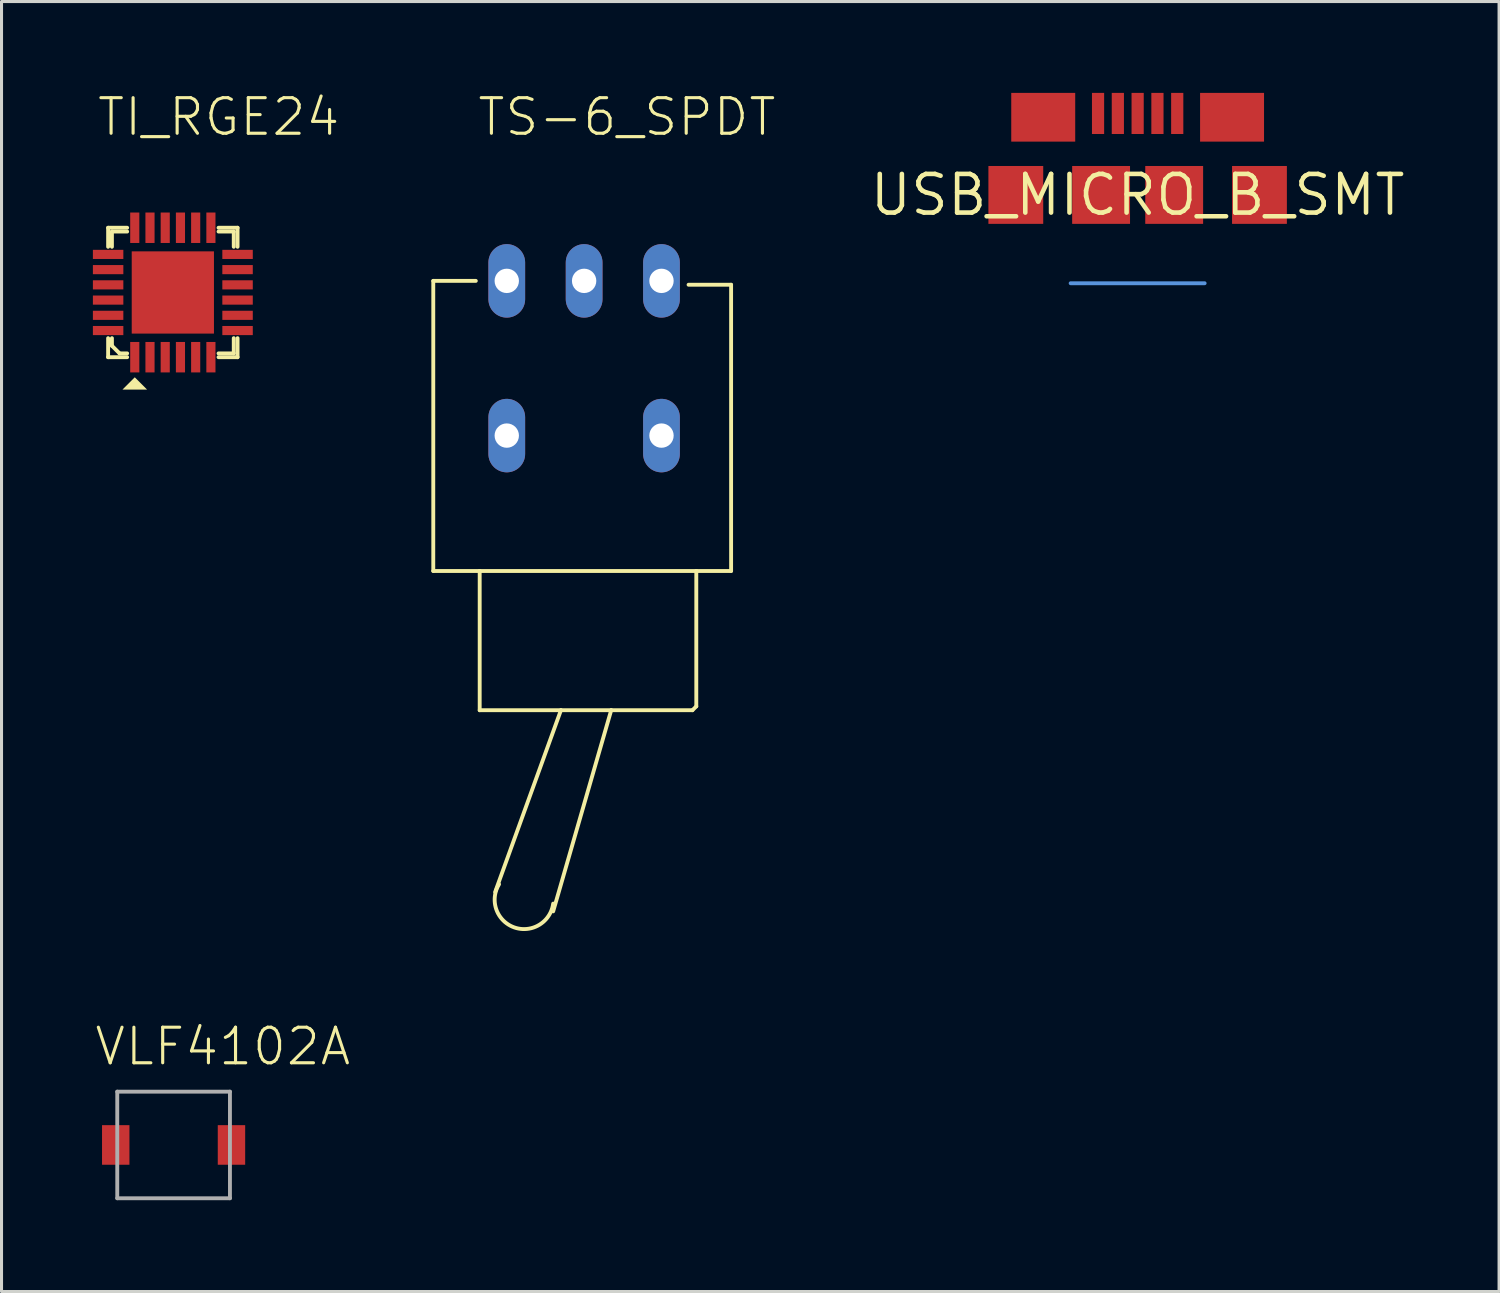
<source format=kicad_pcb>
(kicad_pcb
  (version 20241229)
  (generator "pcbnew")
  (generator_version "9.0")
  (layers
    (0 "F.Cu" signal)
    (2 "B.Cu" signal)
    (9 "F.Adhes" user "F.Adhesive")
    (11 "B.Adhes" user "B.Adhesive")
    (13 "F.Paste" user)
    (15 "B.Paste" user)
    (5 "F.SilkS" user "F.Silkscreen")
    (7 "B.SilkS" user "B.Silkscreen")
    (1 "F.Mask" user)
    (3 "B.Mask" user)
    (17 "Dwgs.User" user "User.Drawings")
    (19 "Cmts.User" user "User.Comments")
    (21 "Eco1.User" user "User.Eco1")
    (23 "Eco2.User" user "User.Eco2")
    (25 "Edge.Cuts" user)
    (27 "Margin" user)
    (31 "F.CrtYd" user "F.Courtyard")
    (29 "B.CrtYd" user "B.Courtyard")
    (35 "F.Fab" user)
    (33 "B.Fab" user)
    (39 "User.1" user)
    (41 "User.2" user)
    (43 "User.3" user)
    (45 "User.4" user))
  (footprint "USB_MICRO_B_SMT"
    (layer "F.Cu")
    (at 34.303 3.35)
    (property "Reference" "USB_MICRO_B_SMT" (at 0 0 0) (layer "F.SilkS") (effects (font (size 1.27 1.27) (thickness 0.15))))
    (fp_line (start 2.2 2.9) (end -2.2 2.9) (stroke (width 0.127) (type solid)) (layer "Cmts.User"))
    (pad "1" smd rect (at -1.3 -2.675) (size 0.4 1.35) (layers "F.Cu" "F.Mask" "F.Paste"))
    (pad "2" smd rect (at -0.65 -2.675) (size 0.4 1.35) (layers "F.Cu" "F.Mask" "F.Paste"))
    (pad "3" smd rect (at 0 -2.675) (size 0.4 1.35) (layers "F.Cu" "F.Mask" "F.Paste"))
    (pad "4" smd rect (at 0.65 -2.675) (size 0.4 1.35) (layers "F.Cu" "F.Mask" "F.Paste"))
    (pad "5" smd rect (at 1.3 -2.675) (size 0.4 1.35) (layers "F.Cu" "F.Mask" "F.Paste"))
    (pad "P$1" smd rect (at -3.1 -2.55 90) (size 1.6 2.1) (layers "F.Cu" "F.Mask" "F.Paste"))
    (pad "P$2" smd rect (at 3.1 -2.55 90) (size 1.6 2.1) (layers "F.Cu" "F.Mask" "F.Paste"))
    (pad "P$8" smd rect (at -4 0 90) (size 1.9 1.8) (layers "F.Cu" "F.Mask" "F.Paste"))
    (pad "P$9" smd rect (at 4 0 90) (size 1.9 1.8) (layers "F.Cu" "F.Mask" "F.Paste"))
    (pad "P$10" smd rect (at -1.2 0 90) (size 1.9 1.9) (layers "F.Cu" "F.Mask" "F.Paste"))
    (pad "P$11" smd rect (at 1.2 0 90) (size 1.9 1.9) (layers "F.Cu" "F.Mask" "F.Paste")))
  (footprint "TI_RGE24"
    (layer "F.Cu")
    (at 2.625 6.553)
    (property "Reference" "TI_RGE24" (at -2.54 -5.08 0) (unlocked yes) (layer "F.SilkS") (effects (font (size 1.168 1.168) (thickness 0.102)) (justify left bottom)))
    (fp_line (start -2.125 -2.125) (end -2.125 -1.5) (stroke (width 0.127) (type solid)) (layer "F.SilkS"))
    (fp_line (start -2.125 1.5) (end -2.125 2.125) (stroke (width 0.127) (type solid)) (layer "F.SilkS"))
    (fp_line (start -2.125 2.125) (end -1.5 2.125) (stroke (width 0.127) (type solid)) (layer "F.SilkS"))
    (fp_line (start -2 -2) (end -1.5 -2) (stroke (width 0.127) (type solid)) (layer "F.SilkS"))
    (fp_line (start -2 -1.5) (end -2 -2) (stroke (width 0.127) (type solid)) (layer "F.SilkS"))
    (fp_line (start -2 1.5) (end -2 1.75) (stroke (width 0.127) (type solid)) (layer "F.SilkS"))
    (fp_line (start -2 1.75) (end -1.75 2) (stroke (width 0.127) (type solid)) (layer "F.SilkS"))
    (fp_line (start -1.75 2) (end -1.5 2) (stroke (width 0.127) (type solid)) (layer "F.SilkS"))
    (fp_line (start -1.5 -2.125) (end -2.125 -2.125) (stroke (width 0.127) (type solid)) (layer "F.SilkS"))
    (fp_line (start 1.5 -2.125) (end 2.125 -2.125) (stroke (width 0.127) (type solid)) (layer "F.SilkS"))
    (fp_line (start 1.5 -2) (end 2 -2) (stroke (width 0.127) (type solid)) (layer "F.SilkS"))
    (fp_line (start 1.5 2) (end 2 2) (stroke (width 0.127) (type solid)) (layer "F.SilkS"))
    (fp_line (start 1.5 2.125) (end 2.125 2.125) (stroke (width 0.127) (type solid)) (layer "F.SilkS"))
    (fp_line (start 2 -2) (end 2 -1.5) (stroke (width 0.127) (type solid)) (layer "F.SilkS"))
    (fp_line (start 2 2) (end 2 1.5) (stroke (width 0.127) (type solid)) (layer "F.SilkS"))
    (fp_line (start 2.125 -2.125) (end 2.125 -1.5) (stroke (width 0.127) (type solid)) (layer "F.SilkS"))
    (fp_line (start 2.125 2.125) (end 2.125 1.5) (stroke (width 0.127) (type solid)) (layer "F.SilkS"))
    (fp_poly (pts (xy -0.847 3.188) (xy -1.653 3.188) (xy -1.25 2.785)) (stroke (width 0) (type default)) (fill yes) (layer "F.SilkS"))
    (pad "1" smd rect (at -1.25 2.125 90) (size 1 0.3) (layers "F.Cu" "F.Mask" "F.Paste"))
    (pad "2" smd rect (at -0.75 2.125 90) (size 1 0.3) (layers "F.Cu" "F.Mask" "F.Paste"))
    (pad "3" smd rect (at -0.25 2.125 90) (size 1 0.3) (layers "F.Cu" "F.Mask" "F.Paste"))
    (pad "4" smd rect (at 0.25 2.125 90) (size 1 0.3) (layers "F.Cu" "F.Mask" "F.Paste"))
    (pad "5" smd rect (at 0.75 2.125 90) (size 1 0.3) (layers "F.Cu" "F.Mask" "F.Paste"))
    (pad "6" smd rect (at 1.25 2.125 90) (size 1 0.3) (layers "F.Cu" "F.Mask" "F.Paste"))
    (pad "7" smd rect (at 2.125 1.25 180) (size 1 0.3) (layers "F.Cu" "F.Mask" "F.Paste"))
    (pad "8" smd rect (at 2.125 0.75 180) (size 1 0.3) (layers "F.Cu" "F.Mask" "F.Paste"))
    (pad "9" smd rect (at 2.125 0.25 180) (size 1 0.3) (layers "F.Cu" "F.Mask" "F.Paste"))
    (pad "10" smd rect (at 2.125 -0.25 180) (size 1 0.3) (layers "F.Cu" "F.Mask" "F.Paste"))
    (pad "11" smd rect (at 2.125 -0.75 180) (size 1 0.3) (layers "F.Cu" "F.Mask" "F.Paste"))
    (pad "12" smd rect (at 2.125 -1.25 180) (size 1 0.3) (layers "F.Cu" "F.Mask" "F.Paste"))
    (pad "13" smd rect (at 1.25 -2.125 270) (size 1 0.3) (layers "F.Cu" "F.Mask" "F.Paste"))
    (pad "14" smd rect (at 0.75 -2.125 270) (size 1 0.3) (layers "F.Cu" "F.Mask" "F.Paste"))
    (pad "15" smd rect (at 0.25 -2.125 270) (size 1 0.3) (layers "F.Cu" "F.Mask" "F.Paste"))
    (pad "16" smd rect (at -0.25 -2.125 270) (size 1 0.3) (layers "F.Cu" "F.Mask" "F.Paste"))
    (pad "17" smd rect (at -0.75 -2.125 270) (size 1 0.3) (layers "F.Cu" "F.Mask" "F.Paste"))
    (pad "18" smd rect (at -1.25 -2.125 270) (size 1 0.3) (layers "F.Cu" "F.Mask" "F.Paste"))
    (pad "19" smd rect (at -2.125 -1.25) (size 1 0.3) (layers "F.Cu" "F.Mask" "F.Paste"))
    (pad "20" smd rect (at -2.125 -0.75) (size 1 0.3) (layers "F.Cu" "F.Mask" "F.Paste"))
    (pad "21" smd rect (at -2.125 -0.25) (size 1 0.3) (layers "F.Cu" "F.Mask" "F.Paste"))
    (pad "22" smd rect (at -2.125 0.25) (size 1 0.3) (layers "F.Cu" "F.Mask" "F.Paste"))
    (pad "23" smd rect (at -2.125 0.75) (size 1 0.3) (layers "F.Cu" "F.Mask" "F.Paste"))
    (pad "24" smd rect (at -2.125 1.25) (size 1 0.3) (layers "F.Cu" "F.Mask" "F.Paste"))
    (pad "P$1" smd rect (at 0 0) (size 2.7 2.7) (layers "F.Cu" "F.Mask" "F.Paste")))
  (footprint "TS-6_SPDT"
    (layer "F.Cu")
    (at 16.129 9.982)
    (property "Reference" "TS-6_SPDT" (at -3.556 -8.509 0) (unlocked yes) (layer "F.SilkS") (effects (font (size 1.168 1.168) (thickness 0.102)) (justify left bottom)))
    (fp_line (start -4.953 -3.81) (end -4.953 5.715) (stroke (width 0.127) (type solid)) (layer "F.SilkS"))
    (fp_line (start -4.953 5.715) (end -3.429 5.715) (stroke (width 0.127) (type solid)) (layer "F.SilkS"))
    (fp_line (start -3.556 -3.81) (end -4.953 -3.81) (stroke (width 0.127) (type solid)) (layer "F.SilkS"))
    (fp_line (start -3.429 5.715) (end -3.429 10.287) (stroke (width 0.127) (type solid)) (layer "F.SilkS"))
    (fp_line (start -3.429 5.715) (end 3.683 5.715) (stroke (width 0.127) (type solid)) (layer "F.SilkS"))
    (fp_line (start -3.429 10.287) (end -0.762 10.287) (stroke (width 0.127) (type solid)) (layer "F.SilkS"))
    (fp_line (start -1.016 16.891) (end 0.889 10.287) (stroke (width 0.127) (type solid)) (layer "F.SilkS"))
    (fp_line (start -0.762 10.287) (end -2.921 16.256) (stroke (width 0.127) (type solid)) (layer "F.SilkS"))
    (fp_line (start -0.762 10.287) (end 0.889 10.287) (stroke (width 0.127) (type solid)) (layer "F.SilkS"))
    (fp_line (start 0.889 10.287) (end 3.556 10.287) (stroke (width 0.127) (type solid)) (layer "F.SilkS"))
    (fp_line (start 3.556 10.287) (end 3.683 10.16) (stroke (width 0.127) (type solid)) (layer "F.SilkS"))
    (fp_line (start 3.683 5.715) (end 4.826 5.715) (stroke (width 0.127) (type solid)) (layer "F.SilkS"))
    (fp_line (start 3.683 10.16) (end 3.683 5.715) (stroke (width 0.127) (type solid)) (layer "F.SilkS"))
    (fp_line (start 4.826 -3.683) (end 3.429 -3.683) (stroke (width 0.127) (type solid)) (layer "F.SilkS"))
    (fp_line (start 4.826 5.715) (end 4.826 -3.683) (stroke (width 0.127) (type solid)) (layer "F.SilkS"))
    (fp_arc (start -1.016 16.637) (mid -2.297124 17.417448) (end -2.793998 16.002) (stroke (width 0.127) (type solid)) (layer "F.SilkS"))
    (pad "1" thru_hole oval (at 2.54 -3.81 90) (size 2.413 1.206) (drill 0.8) (layers "*.Cu" "*.Mask"))
    (pad "2" thru_hole oval (at 0 -3.81 90) (size 2.413 1.206) (drill 0.8) (layers "*.Cu" "*.Mask"))
    (pad "3" thru_hole oval (at -2.54 -3.81 90) (size 2.413 1.206) (drill 0.8) (layers "*.Cu" "*.Mask"))
    (pad "4" thru_hole oval (at 2.54 1.27 90) (size 2.413 1.206) (drill 0.8) (layers "*.Cu" "*.Mask"))
    (pad "5" thru_hole oval (at -2.54 1.27 90) (size 2.413 1.206) (drill 0.8) (layers "*.Cu" "*.Mask")))
  (footprint "VLF4102A"
    (layer "F.Cu")
    (at 0.3 35.193)
    (property "Reference" "VLF4102A" (at -0.3 -3.2 0) (unlocked yes) (layer "F.SilkS") (effects (font (size 1.168 1.168) (thickness 0.102)) (justify left bottom)))
    (fp_line (start 0.5 -2.4) (end 0.5 1.1) (stroke (width 0.127) (type solid)) (layer "F.Fab"))
    (fp_line (start 0.5 -2.4) (end 4.2 -2.4) (stroke (width 0.127) (type solid)) (layer "F.Fab"))
    (fp_line (start 0.5 1.1) (end 4.2 1.1) (stroke (width 0.127) (type solid)) (layer "F.Fab"))
    (fp_line (start 4.2 1.1) (end 4.2 -2.4) (stroke (width 0.127) (type solid)) (layer "F.Fab"))
    (pad "P$1" smd rect (at 0.45 -0.65 270) (size 1.3 0.9) (layers "F.Cu" "F.Mask" "F.Paste"))
    (pad "P$3" smd rect (at 4.25 -0.65 90) (size 1.3 0.9) (layers "F.Cu" "F.Mask" "F.Paste")))
  (gr_rect
    (start -3 -3)
    (end 46.17 39.356)
    (stroke (width 0.1) (type default))
    (fill no)
    (layer "Edge.Cuts")))
</source>
